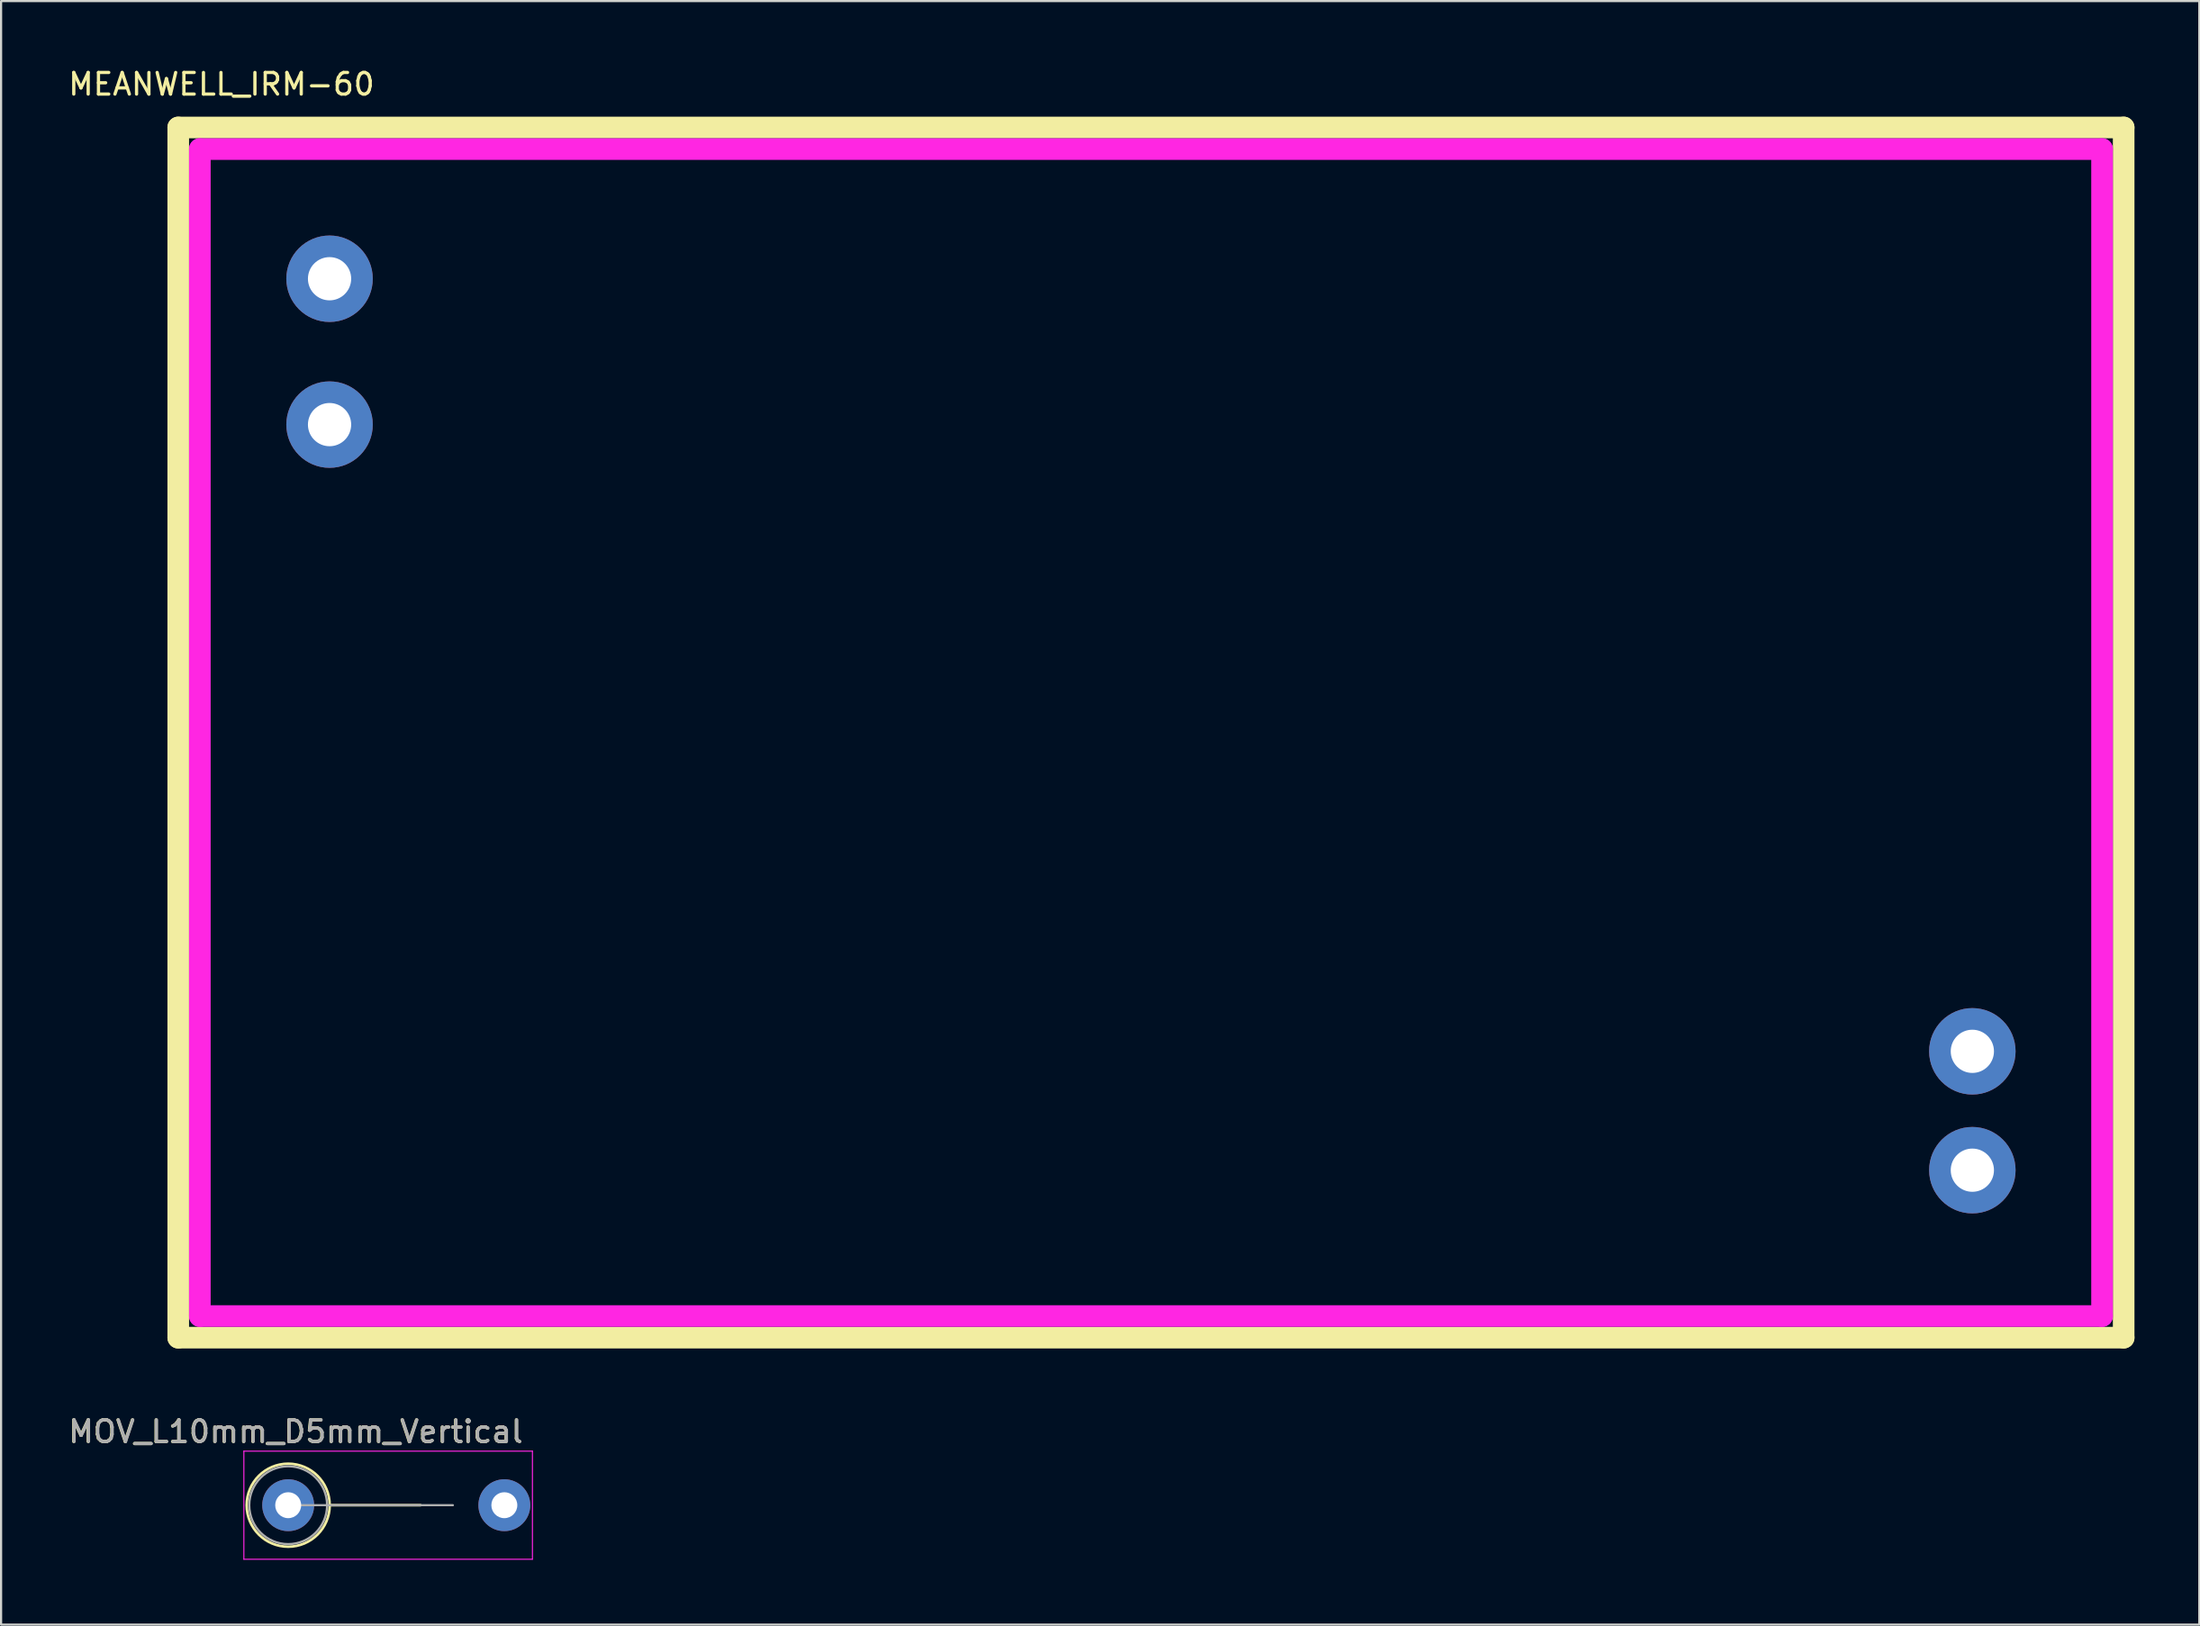
<source format=kicad_pcb>
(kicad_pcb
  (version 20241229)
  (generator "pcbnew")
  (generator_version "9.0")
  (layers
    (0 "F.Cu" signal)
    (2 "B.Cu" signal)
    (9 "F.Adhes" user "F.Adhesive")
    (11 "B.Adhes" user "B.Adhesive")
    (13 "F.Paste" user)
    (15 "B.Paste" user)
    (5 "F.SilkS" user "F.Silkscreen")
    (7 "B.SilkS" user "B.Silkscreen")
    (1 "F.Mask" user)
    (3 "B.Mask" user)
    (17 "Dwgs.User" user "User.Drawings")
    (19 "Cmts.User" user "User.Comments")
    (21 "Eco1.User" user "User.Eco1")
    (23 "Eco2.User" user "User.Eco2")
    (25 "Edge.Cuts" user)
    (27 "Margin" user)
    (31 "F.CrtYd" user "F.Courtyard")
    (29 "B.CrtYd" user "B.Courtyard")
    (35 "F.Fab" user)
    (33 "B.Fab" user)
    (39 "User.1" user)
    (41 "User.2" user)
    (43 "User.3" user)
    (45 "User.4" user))
  (footprint "MEANWELL_IRM-60"
    (layer "F.Cu")
    (at 50.196 4.848)
    (property "Reference" "MEANWELL_IRM-60" (at -43 -4 0) (layer "F.SilkS") (effects (font (size 1 1) (thickness 0.15))))
    (attr through_hole)
    (fp_line (start -45 -2) (end -45 54) (stroke (width 1) (type solid)) (layer "F.SilkS"))
    (fp_line (start -45 -2) (end 45 -2) (stroke (width 1) (type solid)) (layer "F.SilkS"))
    (fp_line (start -45 54) (end 45 54) (stroke (width 1) (type solid)) (layer "F.SilkS"))
    (fp_line (start 45 -2) (end 45 54) (stroke (width 1) (type solid)) (layer "F.SilkS"))
    (fp_line (start -44 -1) (end -44 53) (stroke (width 1) (type solid)) (layer "F.CrtYd"))
    (fp_line (start -44 53) (end 44 53) (stroke (width 1) (type solid)) (layer "F.CrtYd"))
    (fp_line (start 44 -1) (end -44 -1) (stroke (width 1) (type solid)) (layer "F.CrtYd"))
    (fp_line (start 44 53) (end 44 -1) (stroke (width 1) (type solid)) (layer "F.CrtYd"))
    (pad "1" thru_hole circle (at -38 5) (size 4 4) (drill 2) (layers "*.Cu" "*.Mask"))
    (pad "2" thru_hole circle (at -38 11.75) (size 4 4) (drill 2) (layers "*.Cu" "*.Mask"))
    (pad "3" thru_hole circle (at 38 40.75) (size 4 4) (drill 2) (layers "*.Cu" "*.Mask"))
    (pad "4" thru_hole circle (at 38 46.25) (size 4 4) (drill 2) (layers "*.Cu" "*.Mask")))
  (footprint "MOV_L10mm_D5mm_Vertical"
    (layer "F.Cu")
    (at 10.282 66.6)
    (property "Reference" "MOV_L10mm_D5mm_Vertical" (at 0.343 -3.404 0) (layer "F.SilkS") (effects (font (size 1 1) (thickness 0.15))))
    (attr through_hole)
    (fp_line (start 1.92 0) (end 6.12 0) (stroke (width 0.12) (type solid)) (layer "F.SilkS"))
    (fp_circle (center 0 0) (end 1.92 0) (stroke (width 0.12) (type solid)) (fill no) (layer "F.SilkS"))
    (fp_line (start -2.05 -2.5) (end -2.05 2.5) (stroke (width 0.05) (type solid)) (layer "F.CrtYd"))
    (fp_line (start -2.05 2.5) (end 11.3 2.5) (stroke (width 0.05) (type solid)) (layer "F.CrtYd"))
    (fp_line (start 11.3 -2.5) (end -2.05 -2.5) (stroke (width 0.05) (type solid)) (layer "F.CrtYd"))
    (fp_line (start 11.3 2.5) (end 11.3 -2.5) (stroke (width 0.05) (type solid)) (layer "F.CrtYd"))
    (fp_line (start 0 0) (end 7.62 0) (stroke (width 0.1) (type solid)) (layer "F.Fab"))
    (fp_circle (center 0 0) (end 1.8 0) (stroke (width 0.1) (type solid)) (fill no) (layer "F.Fab"))
    (fp_text user "${REFERENCE}" (at 0.356 -3.404 0) (layer "F.Fab") (effects (font (size 1 1) (thickness 0.15))))
    (pad "1" thru_hole circle (at 0 0) (size 2.4 2.4) (drill 1.2) (layers "*.Cu" "*.Mask"))
    (pad "2" thru_hole oval (at 10 0) (size 2.4 2.4) (drill 1.2) (layers "*.Cu" "*.Mask")))
  (gr_rect
    (start -3 -3)
    (end 98.696 72.125)
    (stroke (width 0.1) (type default))
    (fill no)
    (layer "Edge.Cuts")))
</source>
